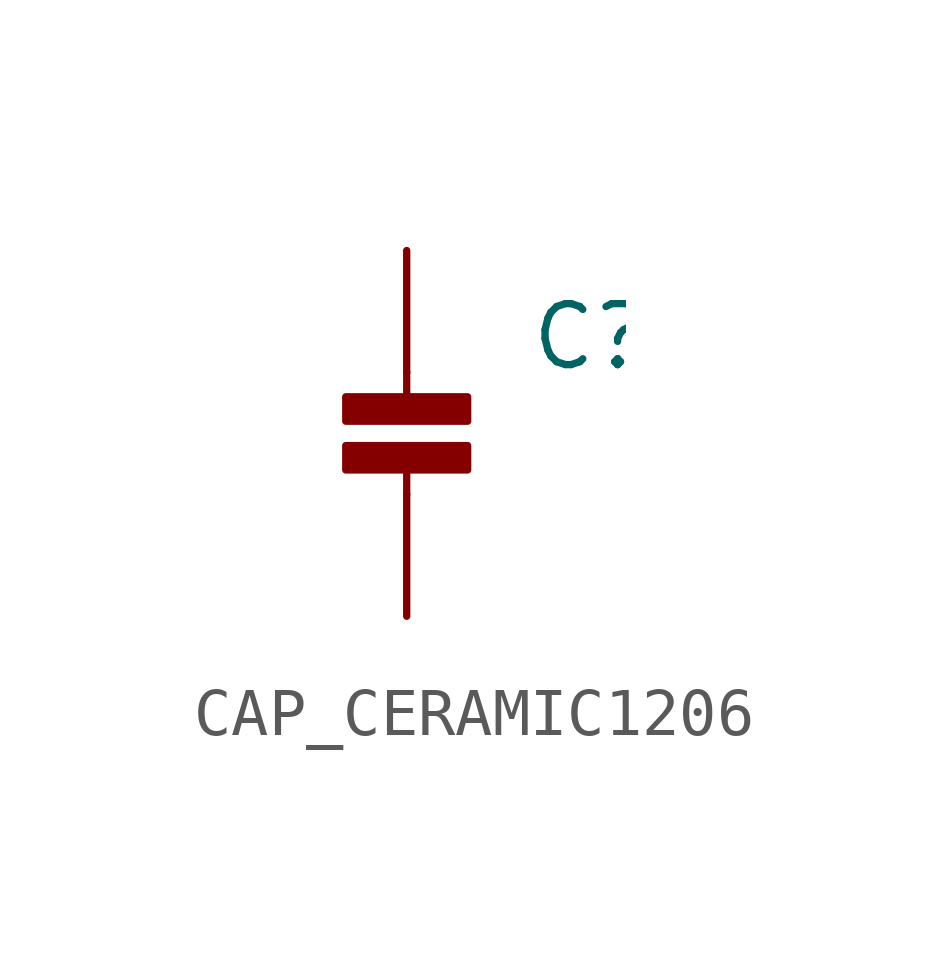
<source format=kicad_sym>
(kicad_symbol_lib
  (version 20220914)
  (generator kicad_symbol_editor)
  (symbol "CAP_CERAMIC1206"
    (property "Reference" "C"
      (at 2.54 2.54 0)
      (effects (font (size 1.27 1.27)) (justify left bottom)))
    (property "Value" ""
      (at 2.54 0 0)
      (effects (font (size 1.27 1.27)) (justify left bottom)))
    (property "ki_locked" ""
      (at 0 0 0)
      (effects (font (size 1.27 1.27))))
    (symbol "CAP_CERAMIC1206_1_0"
      (rectangle (start -1.27 0.508) (end 1.27 1.016) (stroke (width 0) (type default)) (fill (type outline)))
      (rectangle (start -1.27 1.524) (end 1.27 2.032) (stroke (width 0) (type default)) (fill (type outline)))
      (polyline (pts (xy 0 0.762) (xy 0 0)) (stroke (width 0.152) (type solid)) (fill (type none)))
      (polyline (pts (xy 0 2.54) (xy 0 1.778)) (stroke (width 0.152) (type solid)) (fill (type none)))
      (pin passive line (at 0 5.08 270) (length 2.54) (name "P$1" (effects (font (size 0 0)))) (number "1" (effects (font (size 0 0)))))
      (pin passive line (at 0 -2.54 90) (length 2.54) (name "P$2" (effects (font (size 0 0)))) (number "2" (effects (font (size 0 0))))))))
</source>
